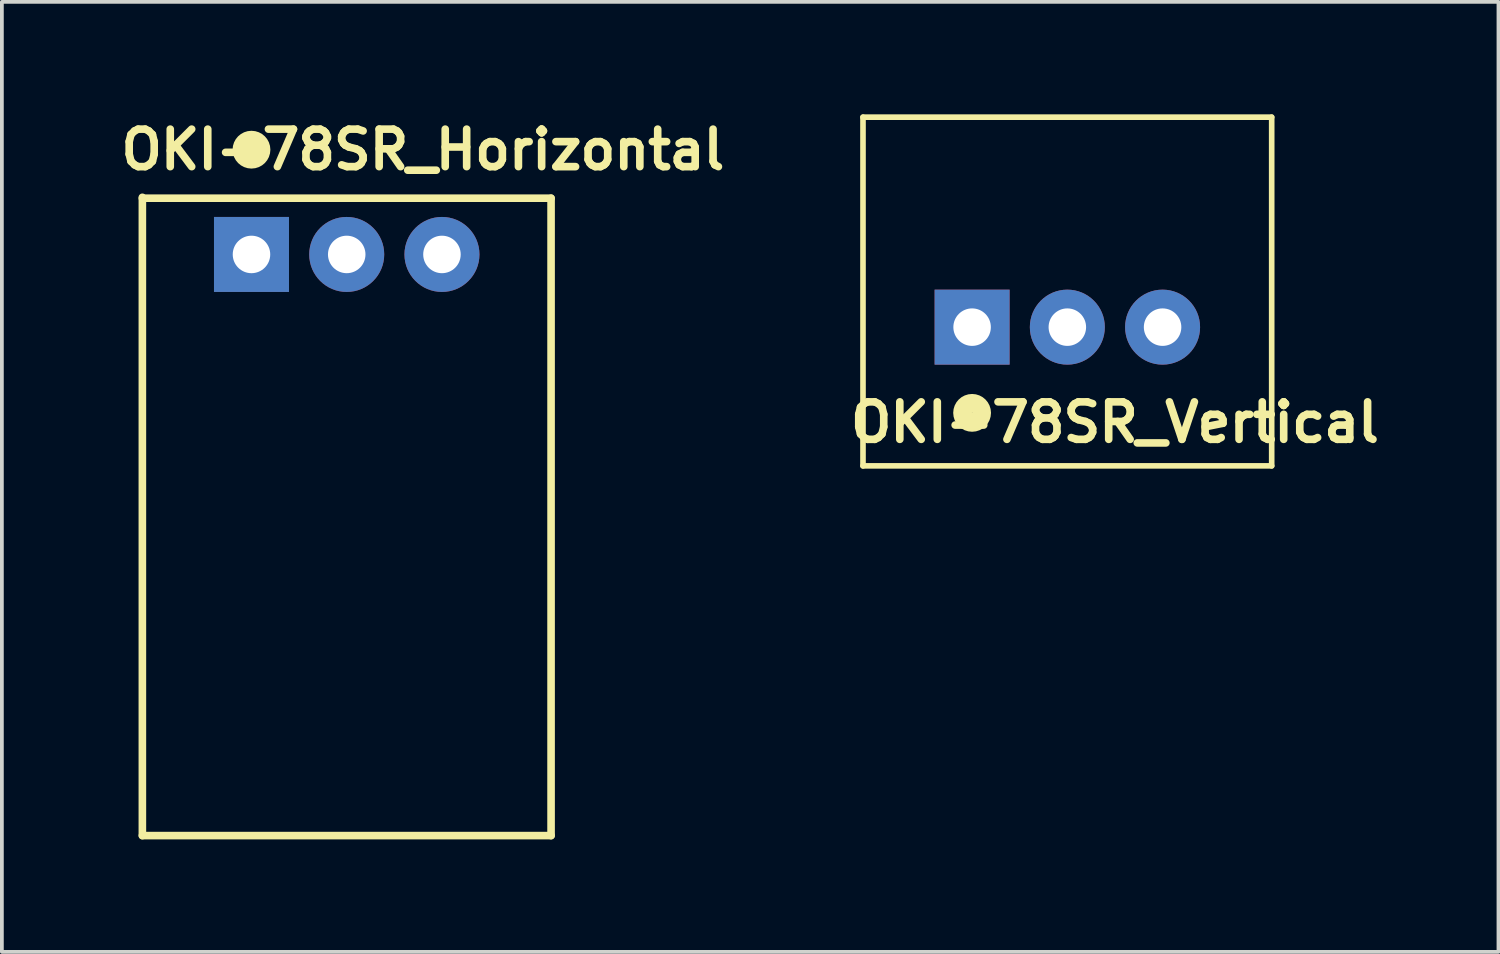
<source format=kicad_pcb>
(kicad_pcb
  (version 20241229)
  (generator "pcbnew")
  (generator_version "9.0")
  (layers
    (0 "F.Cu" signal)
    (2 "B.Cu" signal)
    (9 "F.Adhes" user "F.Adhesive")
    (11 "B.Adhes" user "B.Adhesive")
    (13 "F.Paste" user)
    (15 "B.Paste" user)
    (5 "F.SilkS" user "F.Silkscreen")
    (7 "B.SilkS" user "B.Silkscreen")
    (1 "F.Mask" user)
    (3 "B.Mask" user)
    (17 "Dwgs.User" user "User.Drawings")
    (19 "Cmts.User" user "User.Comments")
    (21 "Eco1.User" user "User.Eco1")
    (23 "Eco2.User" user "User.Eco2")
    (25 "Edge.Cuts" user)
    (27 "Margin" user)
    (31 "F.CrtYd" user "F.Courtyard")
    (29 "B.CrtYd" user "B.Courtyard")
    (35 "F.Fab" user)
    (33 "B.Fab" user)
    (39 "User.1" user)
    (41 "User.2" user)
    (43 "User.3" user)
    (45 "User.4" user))
  (footprint "OKI-78SR_Vertical"
    (layer "F.Cu")
    (at 25.416 5.675)
    (property "Reference" "OKI-78SR_Vertical" (at 1.27 2.54 0) (layer "F.SilkS") (effects (font (size 1 1) (thickness 0.203))))
    (attr through_hole)
    (fp_line (start -5.45 -5.6) (end -5.45 3.7) (stroke (width 0.15) (type solid)) (layer "F.SilkS"))
    (fp_line (start -5.45 3.7) (end 5.45 3.7) (stroke (width 0.15) (type solid)) (layer "F.SilkS"))
    (fp_line (start 5.45 -5.6) (end -5.45 -5.6) (stroke (width 0.15) (type solid)) (layer "F.SilkS"))
    (fp_line (start 5.45 -5.6) (end 5.45 3.7) (stroke (width 0.15) (type solid)) (layer "F.SilkS"))
    (fp_circle (center -2.54 2.286) (end -2.286 2.286) (stroke (width 0.5) (type solid)) (fill no) (layer "F.SilkS"))
    (pad "1" thru_hole rect (at -2.54 0) (size 2 2) (drill 1) (layers "*.Cu" "*.Mask"))
    (pad "2" thru_hole circle (at 0 0) (size 2 2) (drill 1) (layers "*.Cu" "*.Mask"))
    (pad "3" thru_hole circle (at 2.54 0) (size 2 2) (drill 1) (layers "*.Cu" "*.Mask")))
  (footprint "OKI-78SR_Horizontal"
    (layer "F.Cu")
    (at 6.197 3.736)
    (property "Reference" "OKI-78SR_Horizontal" (at 2.032 -2.794 0) (layer "F.SilkS") (effects (font (size 1 1) (thickness 0.203))))
    (attr through_hole)
    (fp_line (start -5.45 -1.524) (end -5.45 15.5) (stroke (width 0.203) (type solid)) (layer "F.SilkS"))
    (fp_line (start -5.45 15.5) (end 5.45 15.5) (stroke (width 0.203) (type solid)) (layer "F.SilkS"))
    (fp_line (start 5.45 -1.5) (end -5.45 -1.5) (stroke (width 0.203) (type solid)) (layer "F.SilkS"))
    (fp_line (start 5.45 15.5) (end 5.45 -1.5) (stroke (width 0.203) (type solid)) (layer "F.SilkS"))
    (fp_circle (center -2.54 -2.794) (end -2.286 -2.794) (stroke (width 0.5) (type solid)) (fill no) (layer "F.SilkS"))
    (pad "1" thru_hole rect (at -2.54 0) (size 2 2) (drill 1) (layers "*.Cu" "*.Mask"))
    (pad "2" thru_hole circle (at 0 0) (size 2 2) (drill 1) (layers "*.Cu" "*.Mask"))
    (pad "3" thru_hole circle (at 2.54 0) (size 2 2) (drill 1) (layers "*.Cu" "*.Mask")))
  (gr_rect
    (start -3 -3)
    (end 36.914 22.337)
    (stroke (width 0.1) (type default))
    (fill no)
    (layer "Edge.Cuts")))
</source>
